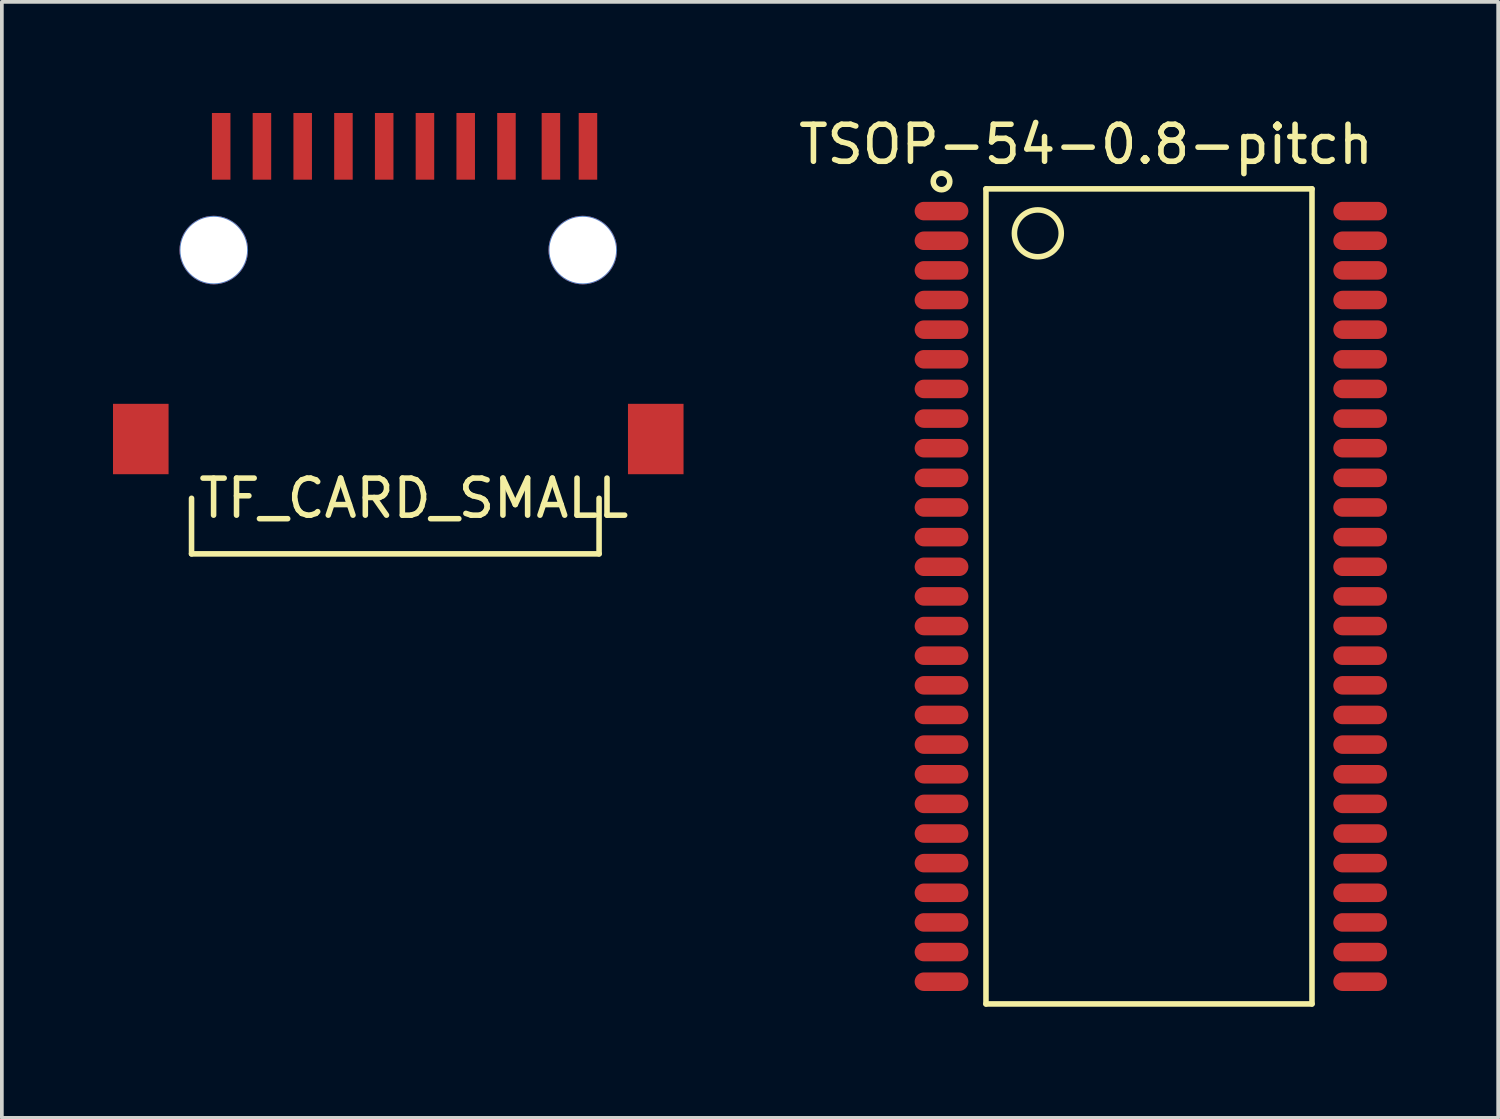
<source format=kicad_pcb>
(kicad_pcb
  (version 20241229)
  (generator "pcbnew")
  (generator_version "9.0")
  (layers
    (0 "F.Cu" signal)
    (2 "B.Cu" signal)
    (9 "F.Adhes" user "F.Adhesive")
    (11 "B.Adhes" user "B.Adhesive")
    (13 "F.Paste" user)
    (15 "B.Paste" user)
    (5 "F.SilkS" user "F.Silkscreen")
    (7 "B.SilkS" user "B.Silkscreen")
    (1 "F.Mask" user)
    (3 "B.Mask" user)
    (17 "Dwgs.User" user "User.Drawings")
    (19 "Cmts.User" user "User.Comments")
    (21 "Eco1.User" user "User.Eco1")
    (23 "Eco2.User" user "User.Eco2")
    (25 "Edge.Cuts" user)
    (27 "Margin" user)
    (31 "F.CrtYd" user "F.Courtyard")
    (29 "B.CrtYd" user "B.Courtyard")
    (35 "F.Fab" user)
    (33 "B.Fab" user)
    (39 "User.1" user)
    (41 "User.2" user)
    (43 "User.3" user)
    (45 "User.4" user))
  (footprint "TSOP-54-0.8-pitch"
    (layer "F.Cu")
    (at 22.363 2.648)
    (property "Reference" "TSOP-54-0.8-pitch" (at 3.9 -1.8 0) (layer "F.SilkS") (effects (font (size 1 1) (thickness 0.15))))
    (attr through_hole)
    (fp_line (start 1.2 -0.6) (end 1.2 21.4) (stroke (width 0.15) (type solid)) (layer "F.SilkS"))
    (fp_line (start 1.2 21.4) (end 10 21.4) (stroke (width 0.15) (type solid)) (layer "F.SilkS"))
    (fp_line (start 10 -0.6) (end 1.2 -0.6) (stroke (width 0.15) (type solid)) (layer "F.SilkS"))
    (fp_line (start 10 21.4) (end 10 -0.6) (stroke (width 0.15) (type solid)) (layer "F.SilkS"))
    (fp_circle (center 0 -0.8) (end 0.2 -0.7) (stroke (width 0.15) (type solid)) (fill no) (layer "F.SilkS"))
    (fp_circle (center 2.6 0.6) (end 3.2 0.8) (stroke (width 0.15) (type solid)) (fill no) (layer "F.SilkS"))
    (pad "1" smd oval (at 0 0) (size 1.45 0.5) (layers "F.Cu" "F.Mask" "F.Paste"))
    (pad "2" smd oval (at 0 0.8) (size 1.45 0.5) (layers "F.Cu" "F.Mask" "F.Paste"))
    (pad "3" smd oval (at 0 1.6) (size 1.45 0.5) (layers "F.Cu" "F.Mask" "F.Paste"))
    (pad "4" smd oval (at 0 2.4) (size 1.45 0.5) (layers "F.Cu" "F.Mask" "F.Paste"))
    (pad "5" smd oval (at 0 3.2) (size 1.45 0.5) (layers "F.Cu" "F.Mask" "F.Paste"))
    (pad "6" smd oval (at 0 4) (size 1.45 0.5) (layers "F.Cu" "F.Mask" "F.Paste"))
    (pad "7" smd oval (at 0 4.8) (size 1.45 0.5) (layers "F.Cu" "F.Mask" "F.Paste"))
    (pad "8" smd oval (at 0 5.6) (size 1.45 0.5) (layers "F.Cu" "F.Mask" "F.Paste"))
    (pad "9" smd oval (at 0 6.4) (size 1.45 0.5) (layers "F.Cu" "F.Mask" "F.Paste"))
    (pad "10" smd oval (at 0 7.2) (size 1.45 0.5) (layers "F.Cu" "F.Mask" "F.Paste"))
    (pad "11" smd oval (at 0 8) (size 1.45 0.5) (layers "F.Cu" "F.Mask" "F.Paste"))
    (pad "12" smd oval (at 0 8.8) (size 1.45 0.5) (layers "F.Cu" "F.Mask" "F.Paste"))
    (pad "13" smd oval (at 0 9.6) (size 1.45 0.5) (layers "F.Cu" "F.Mask" "F.Paste"))
    (pad "14" smd oval (at 0 10.4) (size 1.45 0.5) (layers "F.Cu" "F.Mask" "F.Paste"))
    (pad "15" smd oval (at 0 11.2) (size 1.45 0.5) (layers "F.Cu" "F.Mask" "F.Paste"))
    (pad "16" smd oval (at 0 12) (size 1.45 0.5) (layers "F.Cu" "F.Mask" "F.Paste"))
    (pad "17" smd oval (at 0 12.8) (size 1.45 0.5) (layers "F.Cu" "F.Mask" "F.Paste"))
    (pad "18" smd oval (at 0 13.6) (size 1.45 0.5) (layers "F.Cu" "F.Mask" "F.Paste"))
    (pad "19" smd oval (at 0 14.4) (size 1.45 0.5) (layers "F.Cu" "F.Mask" "F.Paste"))
    (pad "20" smd oval (at 0 15.2) (size 1.45 0.5) (layers "F.Cu" "F.Mask" "F.Paste"))
    (pad "21" smd oval (at 0 16) (size 1.45 0.5) (layers "F.Cu" "F.Mask" "F.Paste"))
    (pad "22" smd oval (at 0 16.8) (size 1.45 0.5) (layers "F.Cu" "F.Mask" "F.Paste"))
    (pad "23" smd oval (at 0 17.6) (size 1.45 0.5) (layers "F.Cu" "F.Mask" "F.Paste"))
    (pad "24" smd oval (at 0 18.4) (size 1.45 0.5) (layers "F.Cu" "F.Mask" "F.Paste"))
    (pad "25" smd oval (at 0 19.2) (size 1.45 0.5) (layers "F.Cu" "F.Mask" "F.Paste"))
    (pad "26" smd oval (at 0 20) (size 1.45 0.5) (layers "F.Cu" "F.Mask" "F.Paste"))
    (pad "27" smd oval (at 0 20.8) (size 1.45 0.5) (layers "F.Cu" "F.Mask" "F.Paste"))
    (pad "28" smd oval (at 11.3 20.8) (size 1.45 0.5) (layers "F.Cu" "F.Mask" "F.Paste"))
    (pad "29" smd oval (at 11.3 20) (size 1.45 0.5) (layers "F.Cu" "F.Mask" "F.Paste"))
    (pad "30" smd oval (at 11.3 19.2) (size 1.45 0.5) (layers "F.Cu" "F.Mask" "F.Paste"))
    (pad "31" smd oval (at 11.3 18.4) (size 1.45 0.5) (layers "F.Cu" "F.Mask" "F.Paste"))
    (pad "32" smd oval (at 11.3 17.6) (size 1.45 0.5) (layers "F.Cu" "F.Mask" "F.Paste"))
    (pad "33" smd oval (at 11.3 16.8) (size 1.45 0.5) (layers "F.Cu" "F.Mask" "F.Paste"))
    (pad "34" smd oval (at 11.3 16) (size 1.45 0.5) (layers "F.Cu" "F.Mask" "F.Paste"))
    (pad "35" smd oval (at 11.3 15.2) (size 1.45 0.5) (layers "F.Cu" "F.Mask" "F.Paste"))
    (pad "36" smd oval (at 11.3 14.4) (size 1.45 0.5) (layers "F.Cu" "F.Mask" "F.Paste"))
    (pad "37" smd oval (at 11.3 13.6) (size 1.45 0.5) (layers "F.Cu" "F.Mask" "F.Paste"))
    (pad "38" smd oval (at 11.3 12.8) (size 1.45 0.5) (layers "F.Cu" "F.Mask" "F.Paste"))
    (pad "39" smd oval (at 11.3 12) (size 1.45 0.5) (layers "F.Cu" "F.Mask" "F.Paste"))
    (pad "40" smd oval (at 11.3 11.2) (size 1.45 0.5) (layers "F.Cu" "F.Mask" "F.Paste"))
    (pad "41" smd oval (at 11.3 10.4) (size 1.45 0.5) (layers "F.Cu" "F.Mask" "F.Paste"))
    (pad "42" smd oval (at 11.3 9.6) (size 1.45 0.5) (layers "F.Cu" "F.Mask" "F.Paste"))
    (pad "43" smd oval (at 11.3 8.8) (size 1.45 0.5) (layers "F.Cu" "F.Mask" "F.Paste"))
    (pad "44" smd oval (at 11.3 8) (size 1.45 0.5) (layers "F.Cu" "F.Mask" "F.Paste"))
    (pad "45" smd oval (at 11.3 7.2) (size 1.45 0.5) (layers "F.Cu" "F.Mask" "F.Paste"))
    (pad "46" smd oval (at 11.3 6.4) (size 1.45 0.5) (layers "F.Cu" "F.Mask" "F.Paste"))
    (pad "47" smd oval (at 11.3 5.6) (size 1.45 0.5) (layers "F.Cu" "F.Mask" "F.Paste"))
    (pad "48" smd oval (at 11.3 4.8) (size 1.45 0.5) (layers "F.Cu" "F.Mask" "F.Paste"))
    (pad "49" smd oval (at 11.3 4) (size 1.45 0.5) (layers "F.Cu" "F.Mask" "F.Paste"))
    (pad "50" smd oval (at 11.3 3.2) (size 1.45 0.5) (layers "F.Cu" "F.Mask" "F.Paste"))
    (pad "51" smd oval (at 11.3 2.4) (size 1.45 0.5) (layers "F.Cu" "F.Mask" "F.Paste"))
    (pad "52" smd oval (at 11.3 1.6) (size 1.45 0.5) (layers "F.Cu" "F.Mask" "F.Paste"))
    (pad "53" smd oval (at 11.3 0.8) (size 1.45 0.5) (layers "F.Cu" "F.Mask" "F.Paste"))
    (pad "54" smd oval (at 11.3 0) (size 1.45 0.5) (layers "F.Cu" "F.Mask" "F.Paste")))
  (footprint "TF_CARD_SMALL"
    (layer "F.Cu")
    (at 10.62 0.9)
    (property "Reference" "TF_CARD_SMALL" (at -2.5 9.5 0) (layer "F.SilkS") (effects (font (size 1 1) (thickness 0.15))))
    (attr through_hole)
    (fp_line (start -8.5 9.5) (end -8.5 11) (stroke (width 0.15) (type solid)) (layer "F.SilkS"))
    (fp_line (start 2.5 9.5) (end 2.5 11) (stroke (width 0.15) (type solid)) (layer "F.SilkS"))
    (fp_line (start 2.5 11) (end -8.5 11) (stroke (width 0.15) (type solid)) (layer "F.SilkS"))
    (pad "0" thru_hole circle (at -7.9 2.8) (size 1.85 1.85) (drill 1.8) (layers "*.Cu" "*.Mask"))
    (pad "0" thru_hole circle (at 2.06 2.8) (size 1.85 1.85) (drill 1.8) (layers "*.Cu" "*.Mask"))
    (pad "1" smd rect (at 0 0) (size 0.5 1.8) (layers "F.Cu" "F.Mask" "F.Paste"))
    (pad "2" smd rect (at -1.1 0) (size 0.5 1.8) (layers "F.Cu" "F.Mask" "F.Paste"))
    (pad "3" smd rect (at -2.2 0) (size 0.5 1.8) (layers "F.Cu" "F.Mask" "F.Paste"))
    (pad "4" smd rect (at -3.3 0) (size 0.5 1.8) (layers "F.Cu" "F.Mask" "F.Paste"))
    (pad "5" smd rect (at -4.4 0) (size 0.5 1.8) (layers "F.Cu" "F.Mask" "F.Paste"))
    (pad "6" smd rect (at -5.5 0) (size 0.5 1.8) (layers "F.Cu" "F.Mask" "F.Paste"))
    (pad "7" smd rect (at -6.6 0) (size 0.5 1.8) (layers "F.Cu" "F.Mask" "F.Paste"))
    (pad "8" smd rect (at -7.7 0) (size 0.5 1.8) (layers "F.Cu" "F.Mask" "F.Paste"))
    (pad "9" smd rect (at 1.2 0) (size 0.5 1.8) (layers "F.Cu" "F.Mask" "F.Paste"))
    (pad "10" smd rect (at 2.2 0) (size 0.5 1.8) (layers "F.Cu" "F.Mask" "F.Paste"))
    (pad "11" smd rect (at -9.87 7.9) (size 1.5 1.9) (layers "F.Cu" "F.Mask" "F.Paste"))
    (pad "11" smd rect (at 4.03 7.9) (size 1.5 1.9) (layers "F.Cu" "F.Mask" "F.Paste")))
  (gr_rect
    (start -3 -3)
    (end 37.388 27.123)
    (stroke (width 0.1) (type default))
    (fill no)
    (layer "Edge.Cuts")))
</source>
